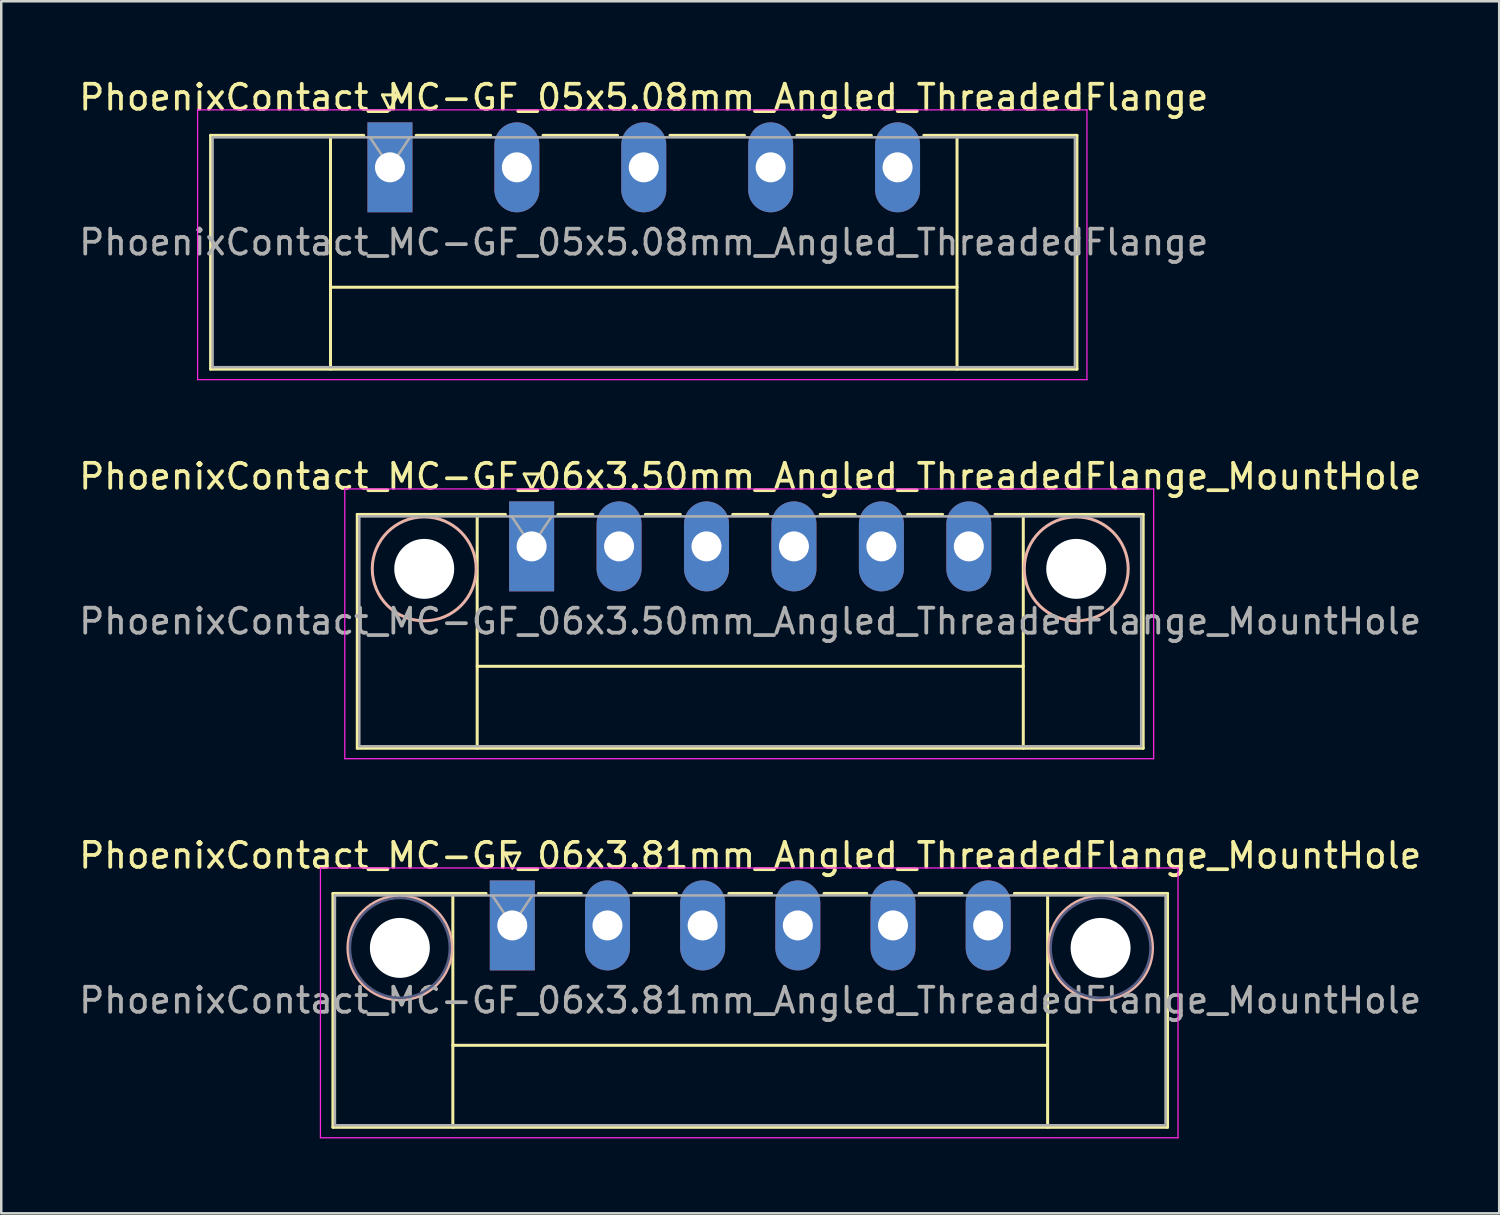
<source format=kicad_pcb>
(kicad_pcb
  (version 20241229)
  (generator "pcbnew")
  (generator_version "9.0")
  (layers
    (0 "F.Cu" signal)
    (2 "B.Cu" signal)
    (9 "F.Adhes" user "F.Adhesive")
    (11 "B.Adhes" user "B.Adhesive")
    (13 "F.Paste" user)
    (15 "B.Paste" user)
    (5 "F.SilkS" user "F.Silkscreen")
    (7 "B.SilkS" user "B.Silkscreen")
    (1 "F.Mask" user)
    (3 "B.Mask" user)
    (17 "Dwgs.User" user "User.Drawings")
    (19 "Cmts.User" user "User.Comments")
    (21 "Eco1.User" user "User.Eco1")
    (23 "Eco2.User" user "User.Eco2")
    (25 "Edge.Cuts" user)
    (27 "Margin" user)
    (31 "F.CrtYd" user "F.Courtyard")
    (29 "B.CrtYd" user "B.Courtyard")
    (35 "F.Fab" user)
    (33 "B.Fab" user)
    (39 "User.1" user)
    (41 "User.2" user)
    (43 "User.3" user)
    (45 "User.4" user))
  (footprint "PhoenixContact_MC-GF_06x3.50mm_Angled_ThreadedFlange_MountHole"
    (layer "F.Cu")
    (at 18.232 18.822)
    (property "Reference" "PhoenixContact_MC-GF_06x3.50mm_Angled_ThreadedFlange_MountHole" (at 8.75 -2.8 0) (layer "F.SilkS") (effects (font (size 1 1) (thickness 0.15))))
    (attr through_hole)
    (fp_line (start -6.98 -1.28) (end -6.98 8.08) (stroke (width 0.12) (type solid)) (layer "F.SilkS"))
    (fp_line (start -6.98 -1.28) (end -1.05 -1.28) (stroke (width 0.12) (type solid)) (layer "F.SilkS"))
    (fp_line (start -6.98 8.08) (end 24.48 8.08) (stroke (width 0.12) (type solid)) (layer "F.SilkS"))
    (fp_line (start -2.18 -1.28) (end -2.18 8.08) (stroke (width 0.12) (type solid)) (layer "F.SilkS"))
    (fp_line (start -2.18 4.8) (end 19.68 4.8) (stroke (width 0.12) (type solid)) (layer "F.SilkS"))
    (fp_line (start -0.3 -2.9) (end 0.3 -2.9) (stroke (width 0.12) (type solid)) (layer "F.SilkS"))
    (fp_line (start 0 -2.3) (end -0.3 -2.9) (stroke (width 0.12) (type solid)) (layer "F.SilkS"))
    (fp_line (start 0.3 -2.9) (end 0 -2.3) (stroke (width 0.12) (type solid)) (layer "F.SilkS"))
    (fp_line (start 1.05 -1.28) (end 2.45 -1.28) (stroke (width 0.12) (type solid)) (layer "F.SilkS"))
    (fp_line (start 4.55 -1.28) (end 5.95 -1.28) (stroke (width 0.12) (type solid)) (layer "F.SilkS"))
    (fp_line (start 8.05 -1.28) (end 9.45 -1.28) (stroke (width 0.12) (type solid)) (layer "F.SilkS"))
    (fp_line (start 11.55 -1.28) (end 12.95 -1.28) (stroke (width 0.12) (type solid)) (layer "F.SilkS"))
    (fp_line (start 15.05 -1.28) (end 16.45 -1.28) (stroke (width 0.12) (type solid)) (layer "F.SilkS"))
    (fp_line (start 19.68 -1.28) (end 19.68 8.08) (stroke (width 0.12) (type solid)) (layer "F.SilkS"))
    (fp_line (start 24.48 -1.28) (end 18.55 -1.28) (stroke (width 0.12) (type solid)) (layer "F.SilkS"))
    (fp_line (start 24.48 8.08) (end 24.48 -1.28) (stroke (width 0.12) (type solid)) (layer "F.SilkS"))
    (fp_circle (center -4.3 0.9) (end -2.22 0.9) (stroke (width 0.12) (type solid)) (fill no) (layer "B.SilkS"))
    (fp_circle (center 21.8 0.9) (end 23.88 0.9) (stroke (width 0.12) (type solid)) (fill no) (layer "B.SilkS"))
    (fp_line (start -7.48 -2.3) (end -7.48 8.5) (stroke (width 0.05) (type solid)) (layer "F.CrtYd"))
    (fp_line (start -7.48 8.5) (end 24.9 8.5) (stroke (width 0.05) (type solid)) (layer "F.CrtYd"))
    (fp_line (start 24.9 -2.3) (end -7.48 -2.3) (stroke (width 0.05) (type solid)) (layer "F.CrtYd"))
    (fp_line (start 24.9 8.5) (end 24.9 -2.3) (stroke (width 0.05) (type solid)) (layer "F.CrtYd"))
    (fp_line (start -6.9 -1.2) (end -6.9 8) (stroke (width 0.1) (type solid)) (layer "F.Fab"))
    (fp_line (start -6.9 8) (end 24.4 8) (stroke (width 0.1) (type solid)) (layer "F.Fab"))
    (fp_line (start 0 0) (end -0.8 -1.2) (stroke (width 0.1) (type solid)) (layer "F.Fab"))
    (fp_line (start 0.8 -1.2) (end 0 0) (stroke (width 0.1) (type solid)) (layer "F.Fab"))
    (fp_line (start 24.4 -1.2) (end -6.9 -1.2) (stroke (width 0.1) (type solid)) (layer "F.Fab"))
    (fp_line (start 24.4 8) (end 24.4 -1.2) (stroke (width 0.1) (type solid)) (layer "F.Fab"))
    (fp_text user "${REFERENCE}" (at 8.75 3 0) (layer "F.Fab") (effects (font (size 1 1) (thickness 0.15))))
    (pad "" np_thru_hole circle (at -4.3 0.9) (size 2.4 2.4) (drill 2.4) (layers "*.Cu" "*.Mask"))
    (pad "" np_thru_hole circle (at 21.8 0.9) (size 2.4 2.4) (drill 2.4) (layers "*.Cu" "*.Mask"))
    (pad "1" thru_hole rect (at 0 0) (size 1.8 3.6) (drill 1.2) (layers "*.Cu" "*.Mask"))
    (pad "2" thru_hole oval (at 3.5 0) (size 1.8 3.6) (drill 1.2) (layers "*.Cu" "*.Mask"))
    (pad "3" thru_hole oval (at 7 0) (size 1.8 3.6) (drill 1.2) (layers "*.Cu" "*.Mask"))
    (pad "4" thru_hole oval (at 10.5 0) (size 1.8 3.6) (drill 1.2) (layers "*.Cu" "*.Mask"))
    (pad "5" thru_hole oval (at 14 0) (size 1.8 3.6) (drill 1.2) (layers "*.Cu" "*.Mask"))
    (pad "6" thru_hole oval (at 17.5 0) (size 1.8 3.6) (drill 1.2) (layers "*.Cu" "*.Mask")))
  (footprint "PhoenixContact_MC-GF_05x5.08mm_Angled_ThreadedFlange"
    (layer "F.Cu")
    (at 12.56 3.648)
    (property "Reference" "PhoenixContact_MC-GF_05x5.08mm_Angled_ThreadedFlange" (at 10.16 -2.8 0) (layer "F.SilkS") (effects (font (size 1 1) (thickness 0.15))))
    (attr through_hole)
    (fp_line (start -7.18 -1.28) (end -7.18 8.08) (stroke (width 0.12) (type solid)) (layer "F.SilkS"))
    (fp_line (start -7.18 -1.28) (end -1.05 -1.28) (stroke (width 0.12) (type solid)) (layer "F.SilkS"))
    (fp_line (start -7.18 8.08) (end 27.5 8.08) (stroke (width 0.12) (type solid)) (layer "F.SilkS"))
    (fp_line (start -2.38 -1.28) (end -2.38 8.08) (stroke (width 0.12) (type solid)) (layer "F.SilkS"))
    (fp_line (start -2.38 4.8) (end 22.7 4.8) (stroke (width 0.12) (type solid)) (layer "F.SilkS"))
    (fp_line (start -0.3 -2.9) (end 0.3 -2.9) (stroke (width 0.12) (type solid)) (layer "F.SilkS"))
    (fp_line (start 0 -2.3) (end -0.3 -2.9) (stroke (width 0.12) (type solid)) (layer "F.SilkS"))
    (fp_line (start 0.3 -2.9) (end 0 -2.3) (stroke (width 0.12) (type solid)) (layer "F.SilkS"))
    (fp_line (start 1.05 -1.28) (end 4.03 -1.28) (stroke (width 0.12) (type solid)) (layer "F.SilkS"))
    (fp_line (start 6.13 -1.28) (end 9.11 -1.28) (stroke (width 0.12) (type solid)) (layer "F.SilkS"))
    (fp_line (start 11.21 -1.28) (end 14.19 -1.28) (stroke (width 0.12) (type solid)) (layer "F.SilkS"))
    (fp_line (start 16.29 -1.28) (end 19.27 -1.28) (stroke (width 0.12) (type solid)) (layer "F.SilkS"))
    (fp_line (start 22.7 -1.28) (end 22.7 8.08) (stroke (width 0.12) (type solid)) (layer "F.SilkS"))
    (fp_line (start 27.5 -1.28) (end 21.37 -1.28) (stroke (width 0.12) (type solid)) (layer "F.SilkS"))
    (fp_line (start 27.5 8.08) (end 27.5 -1.28) (stroke (width 0.12) (type solid)) (layer "F.SilkS"))
    (fp_line (start -7.7 -2.3) (end -7.7 8.5) (stroke (width 0.05) (type solid)) (layer "F.CrtYd"))
    (fp_line (start -7.7 8.5) (end 27.9 8.5) (stroke (width 0.05) (type solid)) (layer "F.CrtYd"))
    (fp_line (start 27.9 -2.3) (end -7.7 -2.3) (stroke (width 0.05) (type solid)) (layer "F.CrtYd"))
    (fp_line (start 27.9 8.5) (end 27.9 -2.3) (stroke (width 0.05) (type solid)) (layer "F.CrtYd"))
    (fp_line (start -7.1 -1.2) (end -7.1 8) (stroke (width 0.1) (type solid)) (layer "F.Fab"))
    (fp_line (start -7.1 8) (end 27.42 8) (stroke (width 0.1) (type solid)) (layer "F.Fab"))
    (fp_line (start 0 0) (end -0.8 -1.2) (stroke (width 0.1) (type solid)) (layer "F.Fab"))
    (fp_line (start 0.8 -1.2) (end 0 0) (stroke (width 0.1) (type solid)) (layer "F.Fab"))
    (fp_line (start 27.42 -1.2) (end -7.1 -1.2) (stroke (width 0.1) (type solid)) (layer "F.Fab"))
    (fp_line (start 27.42 8) (end 27.42 -1.2) (stroke (width 0.1) (type solid)) (layer "F.Fab"))
    (fp_text user "${REFERENCE}" (at 10.16 3 0) (layer "F.Fab") (effects (font (size 1 1) (thickness 0.15))))
    (pad "1" thru_hole rect (at 0 0) (size 1.8 3.6) (drill 1.2) (layers "*.Cu" "*.Mask"))
    (pad "2" thru_hole oval (at 5.08 0) (size 1.8 3.6) (drill 1.2) (layers "*.Cu" "*.Mask"))
    (pad "3" thru_hole oval (at 10.16 0) (size 1.8 3.6) (drill 1.2) (layers "*.Cu" "*.Mask"))
    (pad "4" thru_hole oval (at 15.24 0) (size 1.8 3.6) (drill 1.2) (layers "*.Cu" "*.Mask"))
    (pad "5" thru_hole oval (at 20.32 0) (size 1.8 3.6) (drill 1.2) (layers "*.Cu" "*.Mask")))
  (footprint "PhoenixContact_MC-GF_06x3.81mm_Angled_ThreadedFlange_MountHole"
    (layer "F.Cu")
    (at 17.457 33.995)
    (property "Reference" "PhoenixContact_MC-GF_06x3.81mm_Angled_ThreadedFlange_MountHole" (at 9.525 -2.8 0) (layer "F.SilkS") (effects (font (size 1 1) (thickness 0.15))))
    (attr through_hole)
    (fp_line (start -7.18 -1.28) (end -7.18 8.08) (stroke (width 0.12) (type solid)) (layer "F.SilkS"))
    (fp_line (start -7.18 -1.28) (end -1.05 -1.28) (stroke (width 0.12) (type solid)) (layer "F.SilkS"))
    (fp_line (start -7.18 8.08) (end 26.23 8.08) (stroke (width 0.12) (type solid)) (layer "F.SilkS"))
    (fp_line (start -2.38 -1.28) (end -2.38 8.08) (stroke (width 0.12) (type solid)) (layer "F.SilkS"))
    (fp_line (start -2.38 4.8) (end 21.43 4.8) (stroke (width 0.12) (type solid)) (layer "F.SilkS"))
    (fp_line (start -0.3 -2.9) (end 0.3 -2.9) (stroke (width 0.12) (type solid)) (layer "F.SilkS"))
    (fp_line (start 0 -2.3) (end -0.3 -2.9) (stroke (width 0.12) (type solid)) (layer "F.SilkS"))
    (fp_line (start 0.3 -2.9) (end 0 -2.3) (stroke (width 0.12) (type solid)) (layer "F.SilkS"))
    (fp_line (start 1.05 -1.28) (end 2.76 -1.28) (stroke (width 0.12) (type solid)) (layer "F.SilkS"))
    (fp_line (start 4.86 -1.28) (end 6.57 -1.28) (stroke (width 0.12) (type solid)) (layer "F.SilkS"))
    (fp_line (start 8.67 -1.28) (end 10.38 -1.28) (stroke (width 0.12) (type solid)) (layer "F.SilkS"))
    (fp_line (start 12.48 -1.28) (end 14.19 -1.28) (stroke (width 0.12) (type solid)) (layer "F.SilkS"))
    (fp_line (start 16.29 -1.28) (end 18 -1.28) (stroke (width 0.12) (type solid)) (layer "F.SilkS"))
    (fp_line (start 21.43 -1.28) (end 21.43 8.08) (stroke (width 0.12) (type solid)) (layer "F.SilkS"))
    (fp_line (start 26.23 -1.28) (end 20.1 -1.28) (stroke (width 0.12) (type solid)) (layer "F.SilkS"))
    (fp_line (start 26.23 8.08) (end 26.23 -1.28) (stroke (width 0.12) (type solid)) (layer "F.SilkS"))
    (fp_circle (center -4.5 0.9) (end -2.42 0.9) (stroke (width 0.12) (type solid)) (fill no) (layer "B.SilkS"))
    (fp_circle (center 23.55 0.9) (end 25.63 0.9) (stroke (width 0.12) (type solid)) (fill no) (layer "B.SilkS"))
    (fp_line (start -7.68 -2.3) (end -7.68 8.5) (stroke (width 0.05) (type solid)) (layer "F.CrtYd"))
    (fp_line (start -7.68 8.5) (end 26.65 8.5) (stroke (width 0.05) (type solid)) (layer "F.CrtYd"))
    (fp_line (start 26.65 -2.3) (end -7.68 -2.3) (stroke (width 0.05) (type solid)) (layer "F.CrtYd"))
    (fp_line (start 26.65 8.5) (end 26.65 -2.3) (stroke (width 0.05) (type solid)) (layer "F.CrtYd"))
    (fp_circle (center -4.5 0.9) (end -2.5 0.9) (stroke (width 0.1) (type solid)) (fill no) (layer "B.Fab"))
    (fp_circle (center 23.55 0.9) (end 25.55 0.9) (stroke (width 0.1) (type solid)) (fill no) (layer "B.Fab"))
    (fp_line (start -7.1 -1.2) (end -7.1 8) (stroke (width 0.1) (type solid)) (layer "F.Fab"))
    (fp_line (start -7.1 8) (end 26.15 8) (stroke (width 0.1) (type solid)) (layer "F.Fab"))
    (fp_line (start 0 0) (end -0.8 -1.2) (stroke (width 0.1) (type solid)) (layer "F.Fab"))
    (fp_line (start 0.8 -1.2) (end 0 0) (stroke (width 0.1) (type solid)) (layer "F.Fab"))
    (fp_line (start 26.15 -1.2) (end -7.1 -1.2) (stroke (width 0.1) (type solid)) (layer "F.Fab"))
    (fp_line (start 26.15 8) (end 26.15 -1.2) (stroke (width 0.1) (type solid)) (layer "F.Fab"))
    (fp_text user "${REFERENCE}" (at 9.525 3 0) (layer "F.Fab") (effects (font (size 1 1) (thickness 0.15))))
    (pad "" np_thru_hole circle (at -4.5 0.9) (size 2.4 2.4) (drill 2.4) (layers "*.Cu" "*.Mask"))
    (pad "" np_thru_hole circle (at 23.55 0.9) (size 2.4 2.4) (drill 2.4) (layers "*.Cu" "*.Mask"))
    (pad "1" thru_hole rect (at 0 0) (size 1.8 3.6) (drill 1.2) (layers "*.Cu" "*.Mask"))
    (pad "2" thru_hole oval (at 3.81 0) (size 1.8 3.6) (drill 1.2) (layers "*.Cu" "*.Mask"))
    (pad "3" thru_hole oval (at 7.62 0) (size 1.8 3.6) (drill 1.2) (layers "*.Cu" "*.Mask"))
    (pad "4" thru_hole oval (at 11.43 0) (size 1.8 3.6) (drill 1.2) (layers "*.Cu" "*.Mask"))
    (pad "5" thru_hole oval (at 15.24 0) (size 1.8 3.6) (drill 1.2) (layers "*.Cu" "*.Mask"))
    (pad "6" thru_hole oval (at 19.05 0) (size 1.8 3.6) (drill 1.2) (layers "*.Cu" "*.Mask")))
  (gr_rect
    (start -3 -3)
    (end 56.964 45.52)
    (stroke (width 0.1) (type default))
    (fill no)
    (layer "Edge.Cuts")))
</source>
